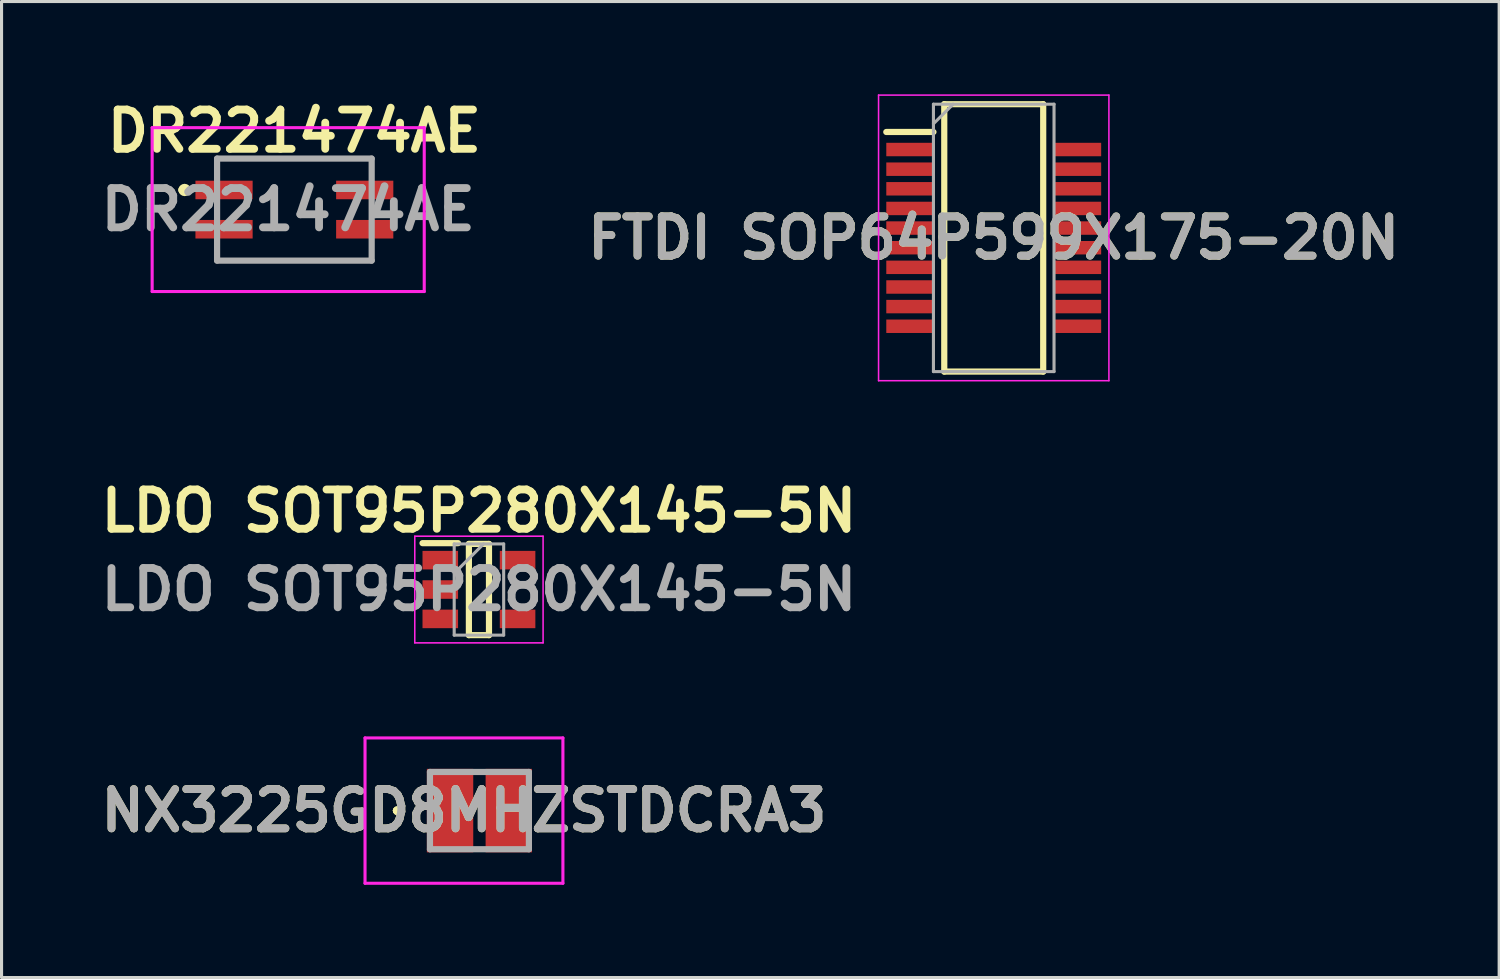
<source format=kicad_pcb>
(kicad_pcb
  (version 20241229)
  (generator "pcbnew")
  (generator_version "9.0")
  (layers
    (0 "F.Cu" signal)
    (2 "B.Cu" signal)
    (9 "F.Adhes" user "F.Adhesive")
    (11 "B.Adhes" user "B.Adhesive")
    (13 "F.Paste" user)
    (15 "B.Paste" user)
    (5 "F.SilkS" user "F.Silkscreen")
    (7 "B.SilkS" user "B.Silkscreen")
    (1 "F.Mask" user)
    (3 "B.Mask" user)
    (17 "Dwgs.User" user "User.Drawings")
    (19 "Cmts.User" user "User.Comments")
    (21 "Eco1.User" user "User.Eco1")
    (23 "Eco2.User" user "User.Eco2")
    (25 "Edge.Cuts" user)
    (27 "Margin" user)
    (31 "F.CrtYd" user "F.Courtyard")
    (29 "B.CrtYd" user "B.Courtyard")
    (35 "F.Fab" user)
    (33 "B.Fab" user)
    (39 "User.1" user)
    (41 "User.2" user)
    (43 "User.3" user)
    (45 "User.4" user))
  (footprint "LDO SOT95P280X145-5N"
    (layer "F.Cu")
    (at 12.44 16.017)
    (property "Reference" "LDO SOT95P280X145-5N" (at 0 -2.54 0) (layer "F.SilkS") (effects (font (size 1.27 1.27) (thickness 0.254))))
    (attr smd)
    (fp_line (start -1.825 -1.5) (end -0.675 -1.5) (stroke (width 0.2) (type solid)) (layer "F.SilkS"))
    (fp_line (start -0.325 -1.475) (end 0.325 -1.475) (stroke (width 0.2) (type solid)) (layer "F.SilkS"))
    (fp_line (start -0.325 1.475) (end -0.325 -1.475) (stroke (width 0.2) (type solid)) (layer "F.SilkS"))
    (fp_line (start 0.325 -1.475) (end 0.325 1.475) (stroke (width 0.2) (type solid)) (layer "F.SilkS"))
    (fp_line (start 0.325 1.475) (end -0.325 1.475) (stroke (width 0.2) (type solid)) (layer "F.SilkS"))
    (fp_line (start -2.075 -1.725) (end 2.075 -1.725) (stroke (width 0.05) (type solid)) (layer "F.CrtYd"))
    (fp_line (start -2.075 1.725) (end -2.075 -1.725) (stroke (width 0.05) (type solid)) (layer "F.CrtYd"))
    (fp_line (start 2.075 -1.725) (end 2.075 1.725) (stroke (width 0.05) (type solid)) (layer "F.CrtYd"))
    (fp_line (start 2.075 1.725) (end -2.075 1.725) (stroke (width 0.05) (type solid)) (layer "F.CrtYd"))
    (fp_line (start -0.8 -1.475) (end 0.8 -1.475) (stroke (width 0.1) (type solid)) (layer "F.Fab"))
    (fp_line (start -0.8 -0.525) (end 0.15 -1.475) (stroke (width 0.1) (type solid)) (layer "F.Fab"))
    (fp_line (start -0.8 1.475) (end -0.8 -1.475) (stroke (width 0.1) (type solid)) (layer "F.Fab"))
    (fp_line (start 0.8 -1.475) (end 0.8 1.475) (stroke (width 0.1) (type solid)) (layer "F.Fab"))
    (fp_line (start 0.8 1.475) (end -0.8 1.475) (stroke (width 0.1) (type solid)) (layer "F.Fab"))
    (fp_text user "${REFERENCE}" (at 0 0 0) (layer "F.Fab") (effects (font (size 1.27 1.27) (thickness 0.254))))
    (pad "1" smd rect (at -1.25 -0.95 90) (size 0.6 1.15) (layers "F.Cu" "F.Mask" "F.Paste"))
    (pad "2" smd rect (at -1.25 0 90) (size 0.6 1.15) (layers "F.Cu" "F.Mask" "F.Paste"))
    (pad "3" smd rect (at -1.25 0.95 90) (size 0.6 1.15) (layers "F.Cu" "F.Mask" "F.Paste"))
    (pad "4" smd rect (at 1.25 0.95 90) (size 0.6 1.15) (layers "F.Cu" "F.Mask" "F.Paste"))
    (pad "5" smd rect (at 1.25 -0.95 90) (size 0.6 1.15) (layers "F.Cu" "F.Mask" "F.Paste")))
  (footprint "FTDI SOP64P599X175-20N"
    (layer "F.Cu")
    (at 29.09 4.644)
    (property "Reference" "FTDI SOP64P599X175-20N" (at 0 0 0) (layer "F.SilkS") (effects (font (size 1.27 1.27) (thickness 0.254))))
    (attr smd)
    (fp_line (start -3.475 -3.425) (end -1.95 -3.425) (stroke (width 0.2) (type solid)) (layer "F.SilkS"))
    (fp_line (start -1.6 -4.324) (end 1.6 -4.324) (stroke (width 0.2) (type solid)) (layer "F.SilkS"))
    (fp_line (start -1.6 4.324) (end -1.6 -4.324) (stroke (width 0.2) (type solid)) (layer "F.SilkS"))
    (fp_line (start 1.6 -4.324) (end 1.6 4.324) (stroke (width 0.2) (type solid)) (layer "F.SilkS"))
    (fp_line (start 1.6 4.324) (end -1.6 4.324) (stroke (width 0.2) (type solid)) (layer "F.SilkS"))
    (fp_line (start -3.725 -4.619) (end 3.725 -4.619) (stroke (width 0.05) (type solid)) (layer "F.CrtYd"))
    (fp_line (start -3.725 4.619) (end -3.725 -4.619) (stroke (width 0.05) (type solid)) (layer "F.CrtYd"))
    (fp_line (start 3.725 -4.619) (end 3.725 4.619) (stroke (width 0.05) (type solid)) (layer "F.CrtYd"))
    (fp_line (start 3.725 4.619) (end -3.725 4.619) (stroke (width 0.05) (type solid)) (layer "F.CrtYd"))
    (fp_line (start -1.95 -4.324) (end 1.95 -4.324) (stroke (width 0.1) (type solid)) (layer "F.Fab"))
    (fp_line (start -1.95 -3.69) (end -1.314 -4.324) (stroke (width 0.1) (type solid)) (layer "F.Fab"))
    (fp_line (start -1.95 4.324) (end -1.95 -4.324) (stroke (width 0.1) (type solid)) (layer "F.Fab"))
    (fp_line (start 1.95 -4.324) (end 1.95 4.324) (stroke (width 0.1) (type solid)) (layer "F.Fab"))
    (fp_line (start 1.95 4.324) (end -1.95 4.324) (stroke (width 0.1) (type solid)) (layer "F.Fab"))
    (fp_text user "${REFERENCE}" (at 0 0 0) (layer "F.Fab") (effects (font (size 1.27 1.27) (thickness 0.254))))
    (pad "1" smd rect (at -2.712 -2.858 90) (size 0.435 1.526) (layers "F.Cu" "F.Mask" "F.Paste"))
    (pad "2" smd rect (at -2.712 -2.222 90) (size 0.435 1.526) (layers "F.Cu" "F.Mask" "F.Paste"))
    (pad "3" smd rect (at -2.712 -1.588 90) (size 0.435 1.526) (layers "F.Cu" "F.Mask" "F.Paste"))
    (pad "4" smd rect (at -2.712 -0.952 90) (size 0.435 1.526) (layers "F.Cu" "F.Mask" "F.Paste"))
    (pad "5" smd rect (at -2.712 -0.318 90) (size 0.435 1.526) (layers "F.Cu" "F.Mask" "F.Paste"))
    (pad "6" smd rect (at -2.712 0.318 90) (size 0.435 1.526) (layers "F.Cu" "F.Mask" "F.Paste"))
    (pad "7" smd rect (at -2.712 0.952 90) (size 0.435 1.526) (layers "F.Cu" "F.Mask" "F.Paste"))
    (pad "8" smd rect (at -2.712 1.588 90) (size 0.435 1.526) (layers "F.Cu" "F.Mask" "F.Paste"))
    (pad "9" smd rect (at -2.712 2.222 90) (size 0.435 1.526) (layers "F.Cu" "F.Mask" "F.Paste"))
    (pad "10" smd rect (at -2.712 2.858 90) (size 0.435 1.526) (layers "F.Cu" "F.Mask" "F.Paste"))
    (pad "11" smd rect (at 2.712 2.858 90) (size 0.435 1.526) (layers "F.Cu" "F.Mask" "F.Paste"))
    (pad "12" smd rect (at 2.712 2.222 90) (size 0.435 1.526) (layers "F.Cu" "F.Mask" "F.Paste"))
    (pad "13" smd rect (at 2.712 1.588 90) (size 0.435 1.526) (layers "F.Cu" "F.Mask" "F.Paste"))
    (pad "14" smd rect (at 2.712 0.952 90) (size 0.435 1.526) (layers "F.Cu" "F.Mask" "F.Paste"))
    (pad "15" smd rect (at 2.712 0.318 90) (size 0.435 1.526) (layers "F.Cu" "F.Mask" "F.Paste"))
    (pad "16" smd rect (at 2.712 -0.318 90) (size 0.435 1.526) (layers "F.Cu" "F.Mask" "F.Paste"))
    (pad "17" smd rect (at 2.712 -0.952 90) (size 0.435 1.526) (layers "F.Cu" "F.Mask" "F.Paste"))
    (pad "18" smd rect (at 2.712 -1.588 90) (size 0.435 1.526) (layers "F.Cu" "F.Mask" "F.Paste"))
    (pad "19" smd rect (at 2.712 -2.222 90) (size 0.435 1.526) (layers "F.Cu" "F.Mask" "F.Paste"))
    (pad "20" smd rect (at 2.712 -2.858 90) (size 0.435 1.526) (layers "F.Cu" "F.Mask" "F.Paste")))
  (footprint "DR221474AE"
    (layer "F.Cu")
    (at 6.471 3.729)
    (property "Reference" "DR221474AE" (at 0 -2.54 0) (layer "F.SilkS") (effects (font (size 1.27 1.27) (thickness 0.254))))
    (attr smd)
    (fp_line (start -3.6 -0.635) (end -3.6 -0.635) (stroke (width 0.3) (type solid)) (layer "F.SilkS"))
    (fp_line (start -3.5 -0.635) (end -3.5 -0.635) (stroke (width 0.3) (type solid)) (layer "F.SilkS"))
    (fp_line (start -2.5 -1.65) (end 2.5 -1.65) (stroke (width 0.1) (type solid)) (layer "F.SilkS"))
    (fp_line (start -2.5 -1.2) (end -2.5 -1.65) (stroke (width 0.1) (type solid)) (layer "F.SilkS"))
    (fp_line (start -2.5 1.2) (end -2.5 1.65) (stroke (width 0.1) (type solid)) (layer "F.SilkS"))
    (fp_line (start -2.5 1.65) (end 2.5 1.65) (stroke (width 0.1) (type solid)) (layer "F.SilkS"))
    (fp_line (start 2.5 -1.65) (end 2.5 -1.2) (stroke (width 0.1) (type solid)) (layer "F.SilkS"))
    (fp_line (start 2.5 1.65) (end 2.5 1.2) (stroke (width 0.1) (type solid)) (layer "F.SilkS"))
    (fp_arc (start -3.6 -0.635) (mid -3.55 -0.685) (end -3.5 -0.635) (stroke (width 0.3) (type solid)) (layer "F.SilkS"))
    (fp_arc (start -3.5 -0.635) (mid -3.55 -0.585) (end -3.6 -0.635) (stroke (width 0.3) (type solid)) (layer "F.SilkS"))
    (fp_line (start -4.6 -2.65) (end 4.2 -2.65) (stroke (width 0.1) (type solid)) (layer "F.CrtYd"))
    (fp_line (start -4.6 2.65) (end -4.6 -2.65) (stroke (width 0.1) (type solid)) (layer "F.CrtYd"))
    (fp_line (start 4.2 -2.65) (end 4.2 2.65) (stroke (width 0.1) (type solid)) (layer "F.CrtYd"))
    (fp_line (start 4.2 2.65) (end -4.6 2.65) (stroke (width 0.1) (type solid)) (layer "F.CrtYd"))
    (fp_line (start -2.5 -1.65) (end 2.5 -1.65) (stroke (width 0.2) (type solid)) (layer "F.Fab"))
    (fp_line (start -2.5 1.65) (end -2.5 -1.65) (stroke (width 0.2) (type solid)) (layer "F.Fab"))
    (fp_line (start 2.5 -1.65) (end 2.5 1.65) (stroke (width 0.2) (type solid)) (layer "F.Fab"))
    (fp_line (start 2.5 1.65) (end -2.5 1.65) (stroke (width 0.2) (type solid)) (layer "F.Fab"))
    (fp_text user "${REFERENCE}" (at -0.2 0 0) (layer "F.Fab") (effects (font (size 1.27 1.27) (thickness 0.254))))
    (pad "1" smd rect (at -2.275 -0.635 90) (size 0.6 1.85) (layers "F.Cu" "F.Mask" "F.Paste"))
    (pad "2" smd rect (at -2.275 0.635 90) (size 0.6 1.85) (layers "F.Cu" "F.Mask" "F.Paste"))
    (pad "3" smd rect (at 2.275 0.635 90) (size 0.6 1.85) (layers "F.Cu" "F.Mask" "F.Paste"))
    (pad "4" smd rect (at 2.275 -0.635 90) (size 0.6 1.85) (layers "F.Cu" "F.Mask" "F.Paste")))
  (footprint "NX3225GD8MHZSTDCRA3"
    (layer "F.Cu")
    (at 12.456 23.167)
    (property "Reference" "NX3225GD8MHZSTDCRA3" (at -0.5 0 0) (layer "F.SilkS") (effects (font (size 1.27 1.27) (thickness 0.254))))
    (attr smd)
    (fp_line (start -2.7 0) (end -2.7 0) (stroke (width 0.2) (type solid)) (layer "F.SilkS"))
    (fp_line (start -2.7 0) (end -2.7 0) (stroke (width 0.2) (type solid)) (layer "F.SilkS"))
    (fp_line (start -2.6 0) (end -2.6 0) (stroke (width 0.2) (type solid)) (layer "F.SilkS"))
    (fp_arc (start -2.7 0) (mid -2.65 -0.05) (end -2.6 0) (stroke (width 0.2) (type solid)) (layer "F.SilkS"))
    (fp_arc (start -2.6 0) (mid -2.65 0.05) (end -2.7 0) (stroke (width 0.2) (type solid)) (layer "F.SilkS"))
    (fp_arc (start -2.6 0) (mid -2.65 0.05) (end -2.7 0) (stroke (width 0.2) (type solid)) (layer "F.SilkS"))
    (fp_line (start -3.7 -2.35) (end 2.7 -2.35) (stroke (width 0.1) (type solid)) (layer "F.CrtYd"))
    (fp_line (start -3.7 2.35) (end -3.7 -2.35) (stroke (width 0.1) (type solid)) (layer "F.CrtYd"))
    (fp_line (start 2.7 -2.35) (end 2.7 2.35) (stroke (width 0.1) (type solid)) (layer "F.CrtYd"))
    (fp_line (start 2.7 2.35) (end -3.7 2.35) (stroke (width 0.1) (type solid)) (layer "F.CrtYd"))
    (fp_line (start -1.6 -1.25) (end -1.6 1.25) (stroke (width 0.2) (type solid)) (layer "F.Fab"))
    (fp_line (start -1.6 1.25) (end 1.6 1.25) (stroke (width 0.2) (type solid)) (layer "F.Fab"))
    (fp_line (start 1.6 -1.25) (end -1.6 -1.25) (stroke (width 0.2) (type solid)) (layer "F.Fab"))
    (fp_line (start 1.6 1.25) (end 1.6 -1.25) (stroke (width 0.2) (type solid)) (layer "F.Fab"))
    (fp_text user "${REFERENCE}" (at -0.5 0 0) (layer "F.Fab") (effects (font (size 1.27 1.27) (thickness 0.254))))
    (pad "1" smd rect (at -0.95 0) (size 1.5 2.7) (layers "F.Cu" "F.Mask" "F.Paste"))
    (pad "2" smd rect (at 0.95 0) (size 1.5 2.7) (layers "F.Cu" "F.Mask" "F.Paste")))
  (gr_rect
    (start -3 -3)
    (end 45.437 28.567)
    (stroke (width 0.1) (type default))
    (fill no)
    (layer "Edge.Cuts")))
</source>
